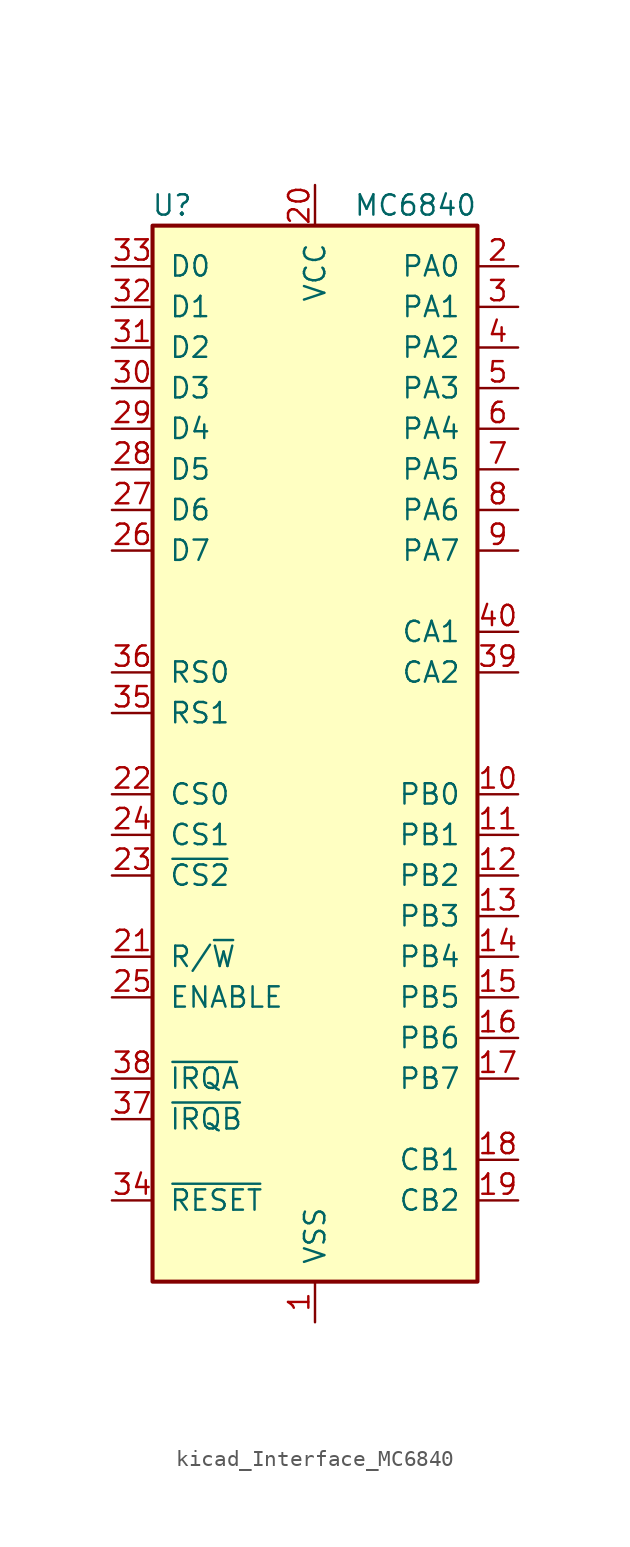
<source format=kicad_sym>
(kicad_symbol_lib
  (version 20220914)
  (generator kicad_symbol_editor)
  (symbol "kicad_Interface_MC6840"
    (pin_names
      (offset 1.016))
    (property "Reference" "U"
      (at -7.62 34.29 0)
      (effects (font (size 1.27 1.27)) (justify right)))
    (property "Value" "MC6840"
      (at 10.16 34.29 0)
      (effects (font (size 1.27 1.27)) (justify right)))
    (symbol "kicad_Interface_MC6840_0_1"
      (rectangle (start -10.16 -33.02) (end 10.16 33.02) (stroke (width 0.254) (type default)) (fill (type background))))
    (symbol "kicad_Interface_MC6840_1_1"
      (pin power_in line (at 0 -35.56 90) (length 2.54) (name "VSS" (effects (font (size 1.27 1.27)))) (number "1" (effects (font (size 1.27 1.27)))))
      (pin bidirectional line (at 12.7 -2.54 180) (length 2.54) (name "PB0" (effects (font (size 1.27 1.27)))) (number "10" (effects (font (size 1.27 1.27)))))
      (pin bidirectional line (at 12.7 -5.08 180) (length 2.54) (name "PB1" (effects (font (size 1.27 1.27)))) (number "11" (effects (font (size 1.27 1.27)))))
      (pin bidirectional line (at 12.7 -7.62 180) (length 2.54) (name "PB2" (effects (font (size 1.27 1.27)))) (number "12" (effects (font (size 1.27 1.27)))))
      (pin bidirectional line (at 12.7 -10.16 180) (length 2.54) (name "PB3" (effects (font (size 1.27 1.27)))) (number "13" (effects (font (size 1.27 1.27)))))
      (pin bidirectional line (at 12.7 -12.7 180) (length 2.54) (name "PB4" (effects (font (size 1.27 1.27)))) (number "14" (effects (font (size 1.27 1.27)))))
      (pin bidirectional line (at 12.7 -15.24 180) (length 2.54) (name "PB5" (effects (font (size 1.27 1.27)))) (number "15" (effects (font (size 1.27 1.27)))))
      (pin bidirectional line (at 12.7 -17.78 180) (length 2.54) (name "PB6" (effects (font (size 1.27 1.27)))) (number "16" (effects (font (size 1.27 1.27)))))
      (pin bidirectional line (at 12.7 -20.32 180) (length 2.54) (name "PB7" (effects (font (size 1.27 1.27)))) (number "17" (effects (font (size 1.27 1.27)))))
      (pin input line (at 12.7 -25.4 180) (length 2.54) (name "CB1" (effects (font (size 1.27 1.27)))) (number "18" (effects (font (size 1.27 1.27)))))
      (pin bidirectional line (at 12.7 -27.94 180) (length 2.54) (name "CB2" (effects (font (size 1.27 1.27)))) (number "19" (effects (font (size 1.27 1.27)))))
      (pin bidirectional line (at 12.7 30.48 180) (length 2.54) (name "PA0" (effects (font (size 1.27 1.27)))) (number "2" (effects (font (size 1.27 1.27)))))
      (pin power_in line (at 0 35.56 270) (length 2.54) (name "VCC" (effects (font (size 1.27 1.27)))) (number "20" (effects (font (size 1.27 1.27)))))
      (pin input line (at -12.7 -12.7 0) (length 2.54) (name "R/~{W}" (effects (font (size 1.27 1.27)))) (number "21" (effects (font (size 1.27 1.27)))))
      (pin input line (at -12.7 -2.54 0) (length 2.54) (name "CS0" (effects (font (size 1.27 1.27)))) (number "22" (effects (font (size 1.27 1.27)))))
      (pin input line (at -12.7 -7.62 0) (length 2.54) (name "~{CS2}" (effects (font (size 1.27 1.27)))) (number "23" (effects (font (size 1.27 1.27)))))
      (pin input line (at -12.7 -5.08 0) (length 2.54) (name "CS1" (effects (font (size 1.27 1.27)))) (number "24" (effects (font (size 1.27 1.27)))))
      (pin input line (at -12.7 -15.24 0) (length 2.54) (name "ENABLE" (effects (font (size 1.27 1.27)))) (number "25" (effects (font (size 1.27 1.27)))))
      (pin bidirectional line (at -12.7 12.7 0) (length 2.54) (name "D7" (effects (font (size 1.27 1.27)))) (number "26" (effects (font (size 1.27 1.27)))))
      (pin bidirectional line (at -12.7 15.24 0) (length 2.54) (name "D6" (effects (font (size 1.27 1.27)))) (number "27" (effects (font (size 1.27 1.27)))))
      (pin bidirectional line (at -12.7 17.78 0) (length 2.54) (name "D5" (effects (font (size 1.27 1.27)))) (number "28" (effects (font (size 1.27 1.27)))))
      (pin bidirectional line (at -12.7 20.32 0) (length 2.54) (name "D4" (effects (font (size 1.27 1.27)))) (number "29" (effects (font (size 1.27 1.27)))))
      (pin bidirectional line (at 12.7 27.94 180) (length 2.54) (name "PA1" (effects (font (size 1.27 1.27)))) (number "3" (effects (font (size 1.27 1.27)))))
      (pin bidirectional line (at -12.7 22.86 0) (length 2.54) (name "D3" (effects (font (size 1.27 1.27)))) (number "30" (effects (font (size 1.27 1.27)))))
      (pin bidirectional line (at -12.7 25.4 0) (length 2.54) (name "D2" (effects (font (size 1.27 1.27)))) (number "31" (effects (font (size 1.27 1.27)))))
      (pin bidirectional line (at -12.7 27.94 0) (length 2.54) (name "D1" (effects (font (size 1.27 1.27)))) (number "32" (effects (font (size 1.27 1.27)))))
      (pin bidirectional line (at -12.7 30.48 0) (length 2.54) (name "D0" (effects (font (size 1.27 1.27)))) (number "33" (effects (font (size 1.27 1.27)))))
      (pin input line (at -12.7 -27.94 0) (length 2.54) (name "~{RESET}" (effects (font (size 1.27 1.27)))) (number "34" (effects (font (size 1.27 1.27)))))
      (pin input line (at -12.7 2.54 0) (length 2.54) (name "RS1" (effects (font (size 1.27 1.27)))) (number "35" (effects (font (size 1.27 1.27)))))
      (pin input line (at -12.7 5.08 0) (length 2.54) (name "RS0" (effects (font (size 1.27 1.27)))) (number "36" (effects (font (size 1.27 1.27)))))
      (pin open_collector line (at -12.7 -22.86 0) (length 2.54) (name "~{IRQB}" (effects (font (size 1.27 1.27)))) (number "37" (effects (font (size 1.27 1.27)))))
      (pin open_collector line (at -12.7 -20.32 0) (length 2.54) (name "~{IRQA}" (effects (font (size 1.27 1.27)))) (number "38" (effects (font (size 1.27 1.27)))))
      (pin bidirectional line (at 12.7 5.08 180) (length 2.54) (name "CA2" (effects (font (size 1.27 1.27)))) (number "39" (effects (font (size 1.27 1.27)))))
      (pin bidirectional line (at 12.7 25.4 180) (length 2.54) (name "PA2" (effects (font (size 1.27 1.27)))) (number "4" (effects (font (size 1.27 1.27)))))
      (pin input line (at 12.7 7.62 180) (length 2.54) (name "CA1" (effects (font (size 1.27 1.27)))) (number "40" (effects (font (size 1.27 1.27)))))
      (pin bidirectional line (at 12.7 22.86 180) (length 2.54) (name "PA3" (effects (font (size 1.27 1.27)))) (number "5" (effects (font (size 1.27 1.27)))))
      (pin bidirectional line (at 12.7 20.32 180) (length 2.54) (name "PA4" (effects (font (size 1.27 1.27)))) (number "6" (effects (font (size 1.27 1.27)))))
      (pin bidirectional line (at 12.7 17.78 180) (length 2.54) (name "PA5" (effects (font (size 1.27 1.27)))) (number "7" (effects (font (size 1.27 1.27)))))
      (pin bidirectional line (at 12.7 15.24 180) (length 2.54) (name "PA6" (effects (font (size 1.27 1.27)))) (number "8" (effects (font (size 1.27 1.27)))))
      (pin bidirectional line (at 12.7 12.7 180) (length 2.54) (name "PA7" (effects (font (size 1.27 1.27)))) (number "9" (effects (font (size 1.27 1.27))))))))
</source>
